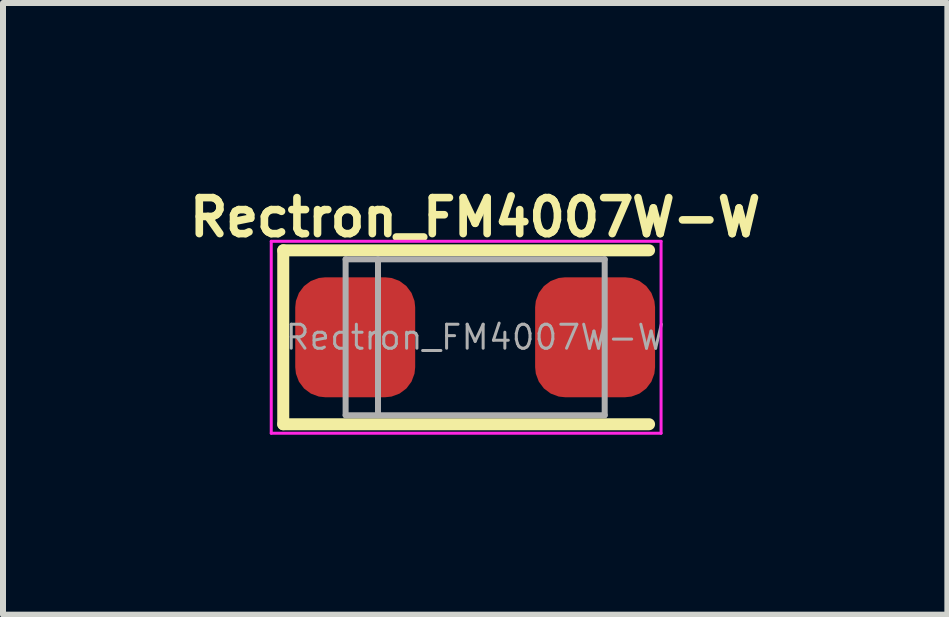
<source format=kicad_pcb>
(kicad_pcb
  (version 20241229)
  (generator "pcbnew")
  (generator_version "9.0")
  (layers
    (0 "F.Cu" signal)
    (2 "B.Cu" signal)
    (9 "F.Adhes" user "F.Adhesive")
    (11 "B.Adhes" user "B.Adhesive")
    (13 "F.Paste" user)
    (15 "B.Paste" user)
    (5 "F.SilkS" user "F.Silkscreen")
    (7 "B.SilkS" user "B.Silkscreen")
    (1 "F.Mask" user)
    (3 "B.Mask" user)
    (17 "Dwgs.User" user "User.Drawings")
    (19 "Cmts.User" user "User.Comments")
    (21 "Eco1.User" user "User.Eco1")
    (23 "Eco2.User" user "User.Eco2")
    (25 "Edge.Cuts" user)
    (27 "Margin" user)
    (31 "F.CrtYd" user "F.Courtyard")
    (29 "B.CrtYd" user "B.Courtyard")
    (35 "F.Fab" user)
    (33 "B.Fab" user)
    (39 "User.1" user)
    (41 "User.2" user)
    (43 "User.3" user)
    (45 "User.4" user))
  (footprint "Rectron_FM4007W-W"
    (layer "F.Cu")
    (at 4.873 2.574)
    (property "Reference" "Rectron_FM4007W-W" (at 0 -2 0) (layer "F.SilkS") (effects (font (size 0.6 0.6) (thickness 0.127))))
    (attr smd)
    (fp_line (start -3.2 -1.45) (end -3.2 1.45) (stroke (width 0.2) (type solid)) (layer "F.SilkS"))
    (fp_line (start -3.2 -1.45) (end 2.9 -1.45) (stroke (width 0.2) (type solid)) (layer "F.SilkS"))
    (fp_line (start -3.2 1.45) (end 2.9 1.45) (stroke (width 0.2) (type solid)) (layer "F.SilkS"))
    (fp_line (start -3.4 -1.6) (end 3.1 -1.6) (stroke (width 0.05) (type solid)) (layer "F.CrtYd"))
    (fp_line (start -3.4 1.6) (end -3.4 -1.6) (stroke (width 0.05) (type solid)) (layer "F.CrtYd"))
    (fp_line (start 3.1 -1.6) (end 3.1 1.6) (stroke (width 0.05) (type solid)) (layer "F.CrtYd"))
    (fp_line (start 3.1 1.6) (end -3.4 1.6) (stroke (width 0.05) (type solid)) (layer "F.CrtYd"))
    (fp_line (start -2.16 1.3) (end -2.16 -1.3) (stroke (width 0.1) (type solid)) (layer "F.Fab"))
    (fp_line (start -1.62 -1.3) (end -1.62 1.3) (stroke (width 0.1) (type solid)) (layer "F.Fab"))
    (fp_line (start 2.16 -1.3) (end -2.16 -1.3) (stroke (width 0.1) (type solid)) (layer "F.Fab"))
    (fp_line (start 2.16 -1.3) (end 2.16 1.3) (stroke (width 0.1) (type solid)) (layer "F.Fab"))
    (fp_line (start 2.16 1.3) (end -2.16 1.3) (stroke (width 0.1) (type solid)) (layer "F.Fab"))
    (fp_text user "${REFERENCE}" (at 0 0 0) (layer "F.Fab") (effects (font (size 0.4 0.4) (thickness 0.05))))
    (pad "1" smd roundrect (at 2 0) (size 2 2) (layers "F.Cu" "F.Mask" "F.Paste") (roundrect_rratio 0.25))
    (pad "2" smd roundrect (at -2 0) (size 2 2) (layers "F.Cu" "F.Mask" "F.Paste") (roundrect_rratio 0.25)))
  (gr_rect
    (start -3 -3)
    (end 12.747 7.199)
    (stroke (width 0.1) (type default))
    (fill no)
    (layer "Edge.Cuts")))
</source>
